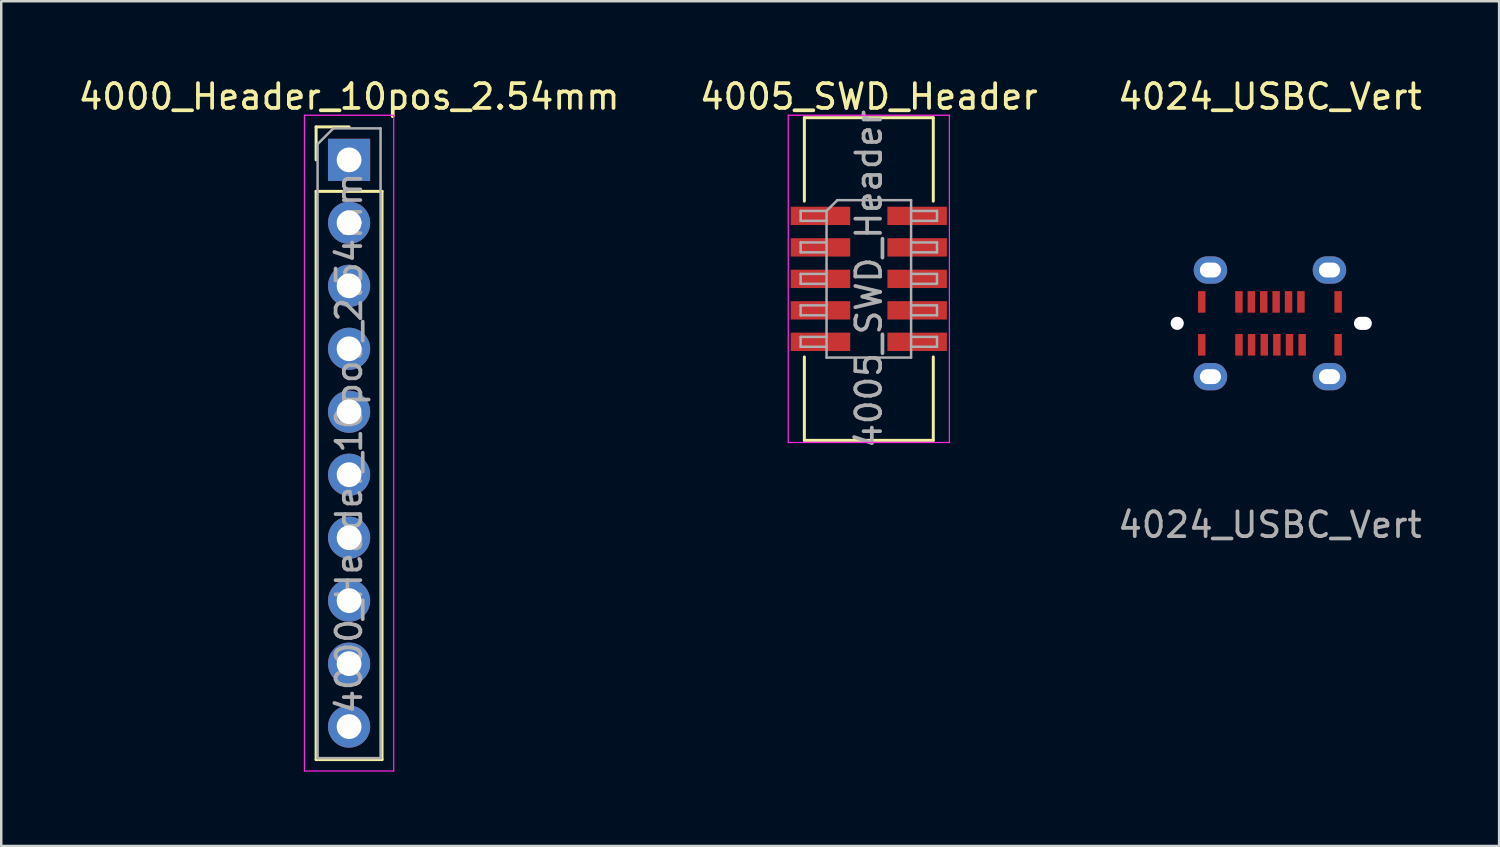
<source format=kicad_pcb>
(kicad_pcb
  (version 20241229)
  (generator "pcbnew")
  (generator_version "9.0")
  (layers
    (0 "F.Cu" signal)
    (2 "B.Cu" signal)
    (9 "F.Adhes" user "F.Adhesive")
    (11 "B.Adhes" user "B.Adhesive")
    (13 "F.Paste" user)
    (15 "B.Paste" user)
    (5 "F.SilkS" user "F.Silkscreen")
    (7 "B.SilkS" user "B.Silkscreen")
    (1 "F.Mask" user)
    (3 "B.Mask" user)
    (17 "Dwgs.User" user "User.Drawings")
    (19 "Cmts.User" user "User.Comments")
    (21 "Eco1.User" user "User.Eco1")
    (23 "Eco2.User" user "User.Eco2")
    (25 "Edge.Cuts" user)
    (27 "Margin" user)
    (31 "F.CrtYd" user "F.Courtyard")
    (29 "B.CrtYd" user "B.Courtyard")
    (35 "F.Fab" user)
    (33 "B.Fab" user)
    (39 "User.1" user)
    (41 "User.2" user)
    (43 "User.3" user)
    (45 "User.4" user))
  (footprint "4005_SWD_Header"
    (layer "F.Cu")
    (at 31.994 8.198)
    (property "Reference" "4005_SWD_Header" (at 0 -7.35 0) (unlocked yes) (layer "F.SilkS") (effects (font (size 1 1) (thickness 0.15))))
    (attr smd)
    (fp_line (start -2.6 -6.5) (end 2.6 -6.5) (stroke (width 0.12) (type solid)) (layer "F.SilkS"))
    (fp_line (start -2.6 -3.135) (end -2.6 -6.5) (stroke (width 0.12) (type solid)) (layer "F.SilkS"))
    (fp_line (start -2.6 3.15) (end -2.6 6.515) (stroke (width 0.12) (type solid)) (layer "F.SilkS"))
    (fp_line (start -2.6 6.515) (end 2.6 6.515) (stroke (width 0.12) (type solid)) (layer "F.SilkS"))
    (fp_line (start 2.6 -3.135) (end 2.6 -6.5) (stroke (width 0.12) (type solid)) (layer "F.SilkS"))
    (fp_line (start 2.6 3.15) (end 2.6 6.515) (stroke (width 0.12) (type solid)) (layer "F.SilkS"))
    (fp_line (start -3.25 -6.6) (end -3.25 6.6) (stroke (width 0.05) (type solid)) (layer "F.CrtYd"))
    (fp_line (start -3.25 6.6) (end 3.25 6.6) (stroke (width 0.05) (type solid)) (layer "F.CrtYd"))
    (fp_line (start 3.25 -6.6) (end -3.25 -6.6) (stroke (width 0.05) (type solid)) (layer "F.CrtYd"))
    (fp_line (start 3.25 6.6) (end 3.25 -6.6) (stroke (width 0.05) (type solid)) (layer "F.CrtYd"))
    (fp_line (start -2.75 -2.74) (end -2.75 -2.34) (stroke (width 0.1) (type solid)) (layer "F.Fab"))
    (fp_line (start -2.75 -2.34) (end -1.705 -2.34) (stroke (width 0.1) (type solid)) (layer "F.Fab"))
    (fp_line (start -2.75 -1.47) (end -2.75 -1.07) (stroke (width 0.1) (type solid)) (layer "F.Fab"))
    (fp_line (start -2.75 -1.07) (end -1.705 -1.07) (stroke (width 0.1) (type solid)) (layer "F.Fab"))
    (fp_line (start -2.75 -0.2) (end -2.75 0.2) (stroke (width 0.1) (type solid)) (layer "F.Fab"))
    (fp_line (start -2.75 0.2) (end -1.705 0.2) (stroke (width 0.1) (type solid)) (layer "F.Fab"))
    (fp_line (start -2.75 1.07) (end -2.75 1.47) (stroke (width 0.1) (type solid)) (layer "F.Fab"))
    (fp_line (start -2.75 1.47) (end -1.705 1.47) (stroke (width 0.1) (type solid)) (layer "F.Fab"))
    (fp_line (start -2.75 2.34) (end -2.75 2.74) (stroke (width 0.1) (type solid)) (layer "F.Fab"))
    (fp_line (start -2.75 2.74) (end -1.705 2.74) (stroke (width 0.1) (type solid)) (layer "F.Fab"))
    (fp_line (start -1.705 -2.74) (end -2.75 -2.74) (stroke (width 0.1) (type solid)) (layer "F.Fab"))
    (fp_line (start -1.705 -2.74) (end -1.27 -3.175) (stroke (width 0.1) (type solid)) (layer "F.Fab"))
    (fp_line (start -1.705 -1.47) (end -2.75 -1.47) (stroke (width 0.1) (type solid)) (layer "F.Fab"))
    (fp_line (start -1.705 -0.2) (end -2.75 -0.2) (stroke (width 0.1) (type solid)) (layer "F.Fab"))
    (fp_line (start -1.705 1.07) (end -2.75 1.07) (stroke (width 0.1) (type solid)) (layer "F.Fab"))
    (fp_line (start -1.705 2.34) (end -2.75 2.34) (stroke (width 0.1) (type solid)) (layer "F.Fab"))
    (fp_line (start -1.705 3.175) (end -1.705 -2.74) (stroke (width 0.1) (type solid)) (layer "F.Fab"))
    (fp_line (start -1.27 -3.175) (end 1.705 -3.175) (stroke (width 0.1) (type solid)) (layer "F.Fab"))
    (fp_line (start 1.705 -3.175) (end 1.705 3.175) (stroke (width 0.1) (type solid)) (layer "F.Fab"))
    (fp_line (start 1.705 -2.74) (end 2.75 -2.74) (stroke (width 0.1) (type solid)) (layer "F.Fab"))
    (fp_line (start 1.705 -1.47) (end 2.75 -1.47) (stroke (width 0.1) (type solid)) (layer "F.Fab"))
    (fp_line (start 1.705 -0.2) (end 2.75 -0.2) (stroke (width 0.1) (type solid)) (layer "F.Fab"))
    (fp_line (start 1.705 1.07) (end 2.75 1.07) (stroke (width 0.1) (type solid)) (layer "F.Fab"))
    (fp_line (start 1.705 2.34) (end 2.75 2.34) (stroke (width 0.1) (type solid)) (layer "F.Fab"))
    (fp_line (start 1.705 3.175) (end -1.705 3.175) (stroke (width 0.1) (type solid)) (layer "F.Fab"))
    (fp_line (start 2.75 -2.74) (end 2.75 -2.34) (stroke (width 0.1) (type solid)) (layer "F.Fab"))
    (fp_line (start 2.75 -2.34) (end 1.705 -2.34) (stroke (width 0.1) (type solid)) (layer "F.Fab"))
    (fp_line (start 2.75 -1.47) (end 2.75 -1.07) (stroke (width 0.1) (type solid)) (layer "F.Fab"))
    (fp_line (start 2.75 -1.07) (end 1.705 -1.07) (stroke (width 0.1) (type solid)) (layer "F.Fab"))
    (fp_line (start 2.75 -0.2) (end 2.75 0.2) (stroke (width 0.1) (type solid)) (layer "F.Fab"))
    (fp_line (start 2.75 0.2) (end 1.705 0.2) (stroke (width 0.1) (type solid)) (layer "F.Fab"))
    (fp_line (start 2.75 1.07) (end 2.75 1.47) (stroke (width 0.1) (type solid)) (layer "F.Fab"))
    (fp_line (start 2.75 1.47) (end 1.705 1.47) (stroke (width 0.1) (type solid)) (layer "F.Fab"))
    (fp_line (start 2.75 2.34) (end 2.75 2.74) (stroke (width 0.1) (type solid)) (layer "F.Fab"))
    (fp_line (start 2.75 2.74) (end 1.705 2.74) (stroke (width 0.1) (type solid)) (layer "F.Fab"))
    (fp_text user "${REFERENCE}" (at 0 0 90) (layer "F.Fab") (effects (font (size 1 1) (thickness 0.15))))
    (pad "1" smd rect (at -1.95 -2.54) (size 2.4 0.74) (layers "F.Cu" "F.Mask" "F.Paste"))
    (pad "2" smd rect (at 1.95 -2.54) (size 2.4 0.74) (layers "F.Cu" "F.Mask" "F.Paste"))
    (pad "3" smd rect (at -1.95 -1.27) (size 2.4 0.74) (layers "F.Cu" "F.Mask" "F.Paste"))
    (pad "4" smd rect (at 1.95 -1.27) (size 2.4 0.74) (layers "F.Cu" "F.Mask" "F.Paste"))
    (pad "5" smd rect (at -1.95 0) (size 2.4 0.74) (layers "F.Cu" "F.Mask" "F.Paste"))
    (pad "6" smd rect (at 1.95 0) (size 2.4 0.74) (layers "F.Cu" "F.Mask" "F.Paste"))
    (pad "7" smd rect (at -1.95 1.27) (size 2.4 0.74) (layers "F.Cu" "F.Mask" "F.Paste"))
    (pad "8" smd rect (at 1.95 1.27) (size 2.4 0.74) (layers "F.Cu" "F.Mask" "F.Paste"))
    (pad "9" smd rect (at -1.95 2.54) (size 2.4 0.74) (layers "F.Cu" "F.Mask" "F.Paste"))
    (pad "10" smd rect (at 1.95 2.54) (size 2.4 0.74) (layers "F.Cu" "F.Mask" "F.Paste")))
  (footprint "4024_USBC_Vert"
    (layer "F.Cu")
    (at 48.173 9.992)
    (property "Reference" "4024_USBC_Vert" (at 0 -9.144 0) (unlocked yes) (layer "F.SilkS") (effects (font (size 1 1) (thickness 0.15))))
    (attr smd)
    (fp_text user "${REFERENCE}" (at 0 8.128 0) (unlocked yes) (layer "F.Fab") (effects (font (size 1 1) (thickness 0.15))))
    (pad "" np_thru_hole circle (at -3.74 0) (size 0.53 0.53) (drill 0.53) (layers "*.Cu" "*.Mask"))
    (pad "" np_thru_hole oval (at 3.75 0) (size 0.72 0.53) (drill oval 0.72 0.53) (layers "*.Cu" "*.Mask"))
    (pad "1" smd rect (at -2.75 -0.865) (size 0.3 0.87) (layers "F.Cu" "F.Mask" "F.Paste"))
    (pad "1" smd rect (at -2.75 0.865) (size 0.3 0.87) (layers "F.Cu" "F.Mask" "F.Paste"))
    (pad "1" smd rect (at -1.25 -0.865) (size 0.3 0.87) (layers "F.Cu" "F.Mask" "F.Paste"))
    (pad "1" smd rect (at -1.25 0.865) (size 0.3 0.87) (layers "F.Cu" "F.Mask" "F.Paste"))
    (pad "1" smd rect (at -0.75 -0.865) (size 0.3 0.87) (layers "F.Cu" "F.Mask" "F.Paste"))
    (pad "1" smd rect (at -0.74 0.865) (size 0.3 0.87) (layers "F.Cu" "F.Mask" "F.Paste"))
    (pad "1" smd rect (at -0.25 -0.865) (size 0.3 0.87) (layers "F.Cu" "F.Mask" "F.Paste"))
    (pad "1" smd rect (at -0.23 0.865) (size 0.3 0.87) (layers "F.Cu" "F.Mask" "F.Paste"))
    (pad "1" smd rect (at 0.25 -0.865) (size 0.3 0.87) (layers "F.Cu" "F.Mask" "F.Paste"))
    (pad "1" smd rect (at 0.28 0.865) (size 0.3 0.87) (layers "F.Cu" "F.Mask" "F.Paste"))
    (pad "1" smd rect (at 0.75 -0.865) (size 0.3 0.87) (layers "F.Cu" "F.Mask" "F.Paste"))
    (pad "1" smd rect (at 0.79 0.865) (size 0.3 0.87) (layers "F.Cu" "F.Mask" "F.Paste"))
    (pad "1" smd rect (at 1.25 -0.865) (size 0.3 0.87) (layers "F.Cu" "F.Mask" "F.Paste"))
    (pad "1" smd rect (at 1.3 0.865) (size 0.3 0.87) (layers "F.Cu" "F.Mask" "F.Paste"))
    (pad "1" smd rect (at 2.75 -0.865) (size 0.3 0.87) (layers "F.Cu" "F.Mask" "F.Paste"))
    (pad "1" smd rect (at 2.75 0.865) (size 0.3 0.87) (layers "F.Cu" "F.Mask" "F.Paste"))
    (pad "2" thru_hole oval (at -2.4 -2.15) (size 1.35 1.1) (drill oval 0.85 0.6) (layers "*.Cu" "*.Mask"))
    (pad "2" thru_hole oval (at -2.4 2.15) (size 1.35 1.1) (drill oval 0.85 0.6) (layers "*.Cu" "*.Mask"))
    (pad "2" thru_hole oval (at 2.4 -2.15) (size 1.35 1.1) (drill oval 0.85 0.6) (layers "*.Cu" "*.Mask"))
    (pad "2" thru_hole oval (at 2.4 2.15) (size 1.35 1.1) (drill oval 0.85 0.6) (layers "*.Cu" "*.Mask")))
  (footprint "4000_Header_10pos_2.54mm"
    (layer "F.Cu")
    (at 11.03 3.398)
    (property "Reference" "4000_Header_10pos_2.54mm" (at 0 -2.55 0) (layer "F.SilkS") (effects (font (size 1 1) (thickness 0.15))))
    (attr through_hole)
    (fp_line (start -1.33 -1.33) (end 0 -1.33) (stroke (width 0.12) (type solid)) (layer "F.SilkS"))
    (fp_line (start -1.33 0) (end -1.33 -1.33) (stroke (width 0.12) (type solid)) (layer "F.SilkS"))
    (fp_line (start -1.33 1.27) (end -1.33 24.19) (stroke (width 0.12) (type solid)) (layer "F.SilkS"))
    (fp_line (start -1.33 1.27) (end 1.33 1.27) (stroke (width 0.12) (type solid)) (layer "F.SilkS"))
    (fp_line (start -1.33 24.19) (end 1.33 24.19) (stroke (width 0.12) (type solid)) (layer "F.SilkS"))
    (fp_line (start 1.33 1.27) (end 1.33 24.19) (stroke (width 0.12) (type solid)) (layer "F.SilkS"))
    (fp_line (start -1.8 -1.8) (end -1.8 24.65) (stroke (width 0.05) (type solid)) (layer "F.CrtYd"))
    (fp_line (start -1.8 24.65) (end 1.8 24.65) (stroke (width 0.05) (type solid)) (layer "F.CrtYd"))
    (fp_line (start 1.8 -1.8) (end -1.8 -1.8) (stroke (width 0.05) (type solid)) (layer "F.CrtYd"))
    (fp_line (start 1.8 24.65) (end 1.8 -1.8) (stroke (width 0.05) (type solid)) (layer "F.CrtYd"))
    (fp_line (start -1.27 -0.635) (end -0.635 -1.27) (stroke (width 0.1) (type solid)) (layer "F.Fab"))
    (fp_line (start -1.27 24.13) (end -1.27 -0.635) (stroke (width 0.1) (type solid)) (layer "F.Fab"))
    (fp_line (start -0.635 -1.27) (end 1.27 -1.27) (stroke (width 0.1) (type solid)) (layer "F.Fab"))
    (fp_line (start 1.27 -1.27) (end 1.27 24.13) (stroke (width 0.1) (type solid)) (layer "F.Fab"))
    (fp_line (start 1.27 24.13) (end -1.27 24.13) (stroke (width 0.1) (type solid)) (layer "F.Fab"))
    (fp_text user "${REFERENCE}" (at 0 11.43 90) (layer "F.Fab") (effects (font (size 1 1) (thickness 0.15))))
    (pad "1" thru_hole rect (at 0 0) (size 1.7 1.7) (drill 1) (layers "*.Cu" "*.Mask"))
    (pad "2" thru_hole oval (at 0 2.54) (size 1.7 1.7) (drill 1) (layers "*.Cu" "*.Mask"))
    (pad "3" thru_hole oval (at 0 5.08) (size 1.7 1.7) (drill 1) (layers "*.Cu" "*.Mask"))
    (pad "4" thru_hole oval (at 0 7.62) (size 1.7 1.7) (drill 1) (layers "*.Cu" "*.Mask"))
    (pad "5" thru_hole oval (at 0 10.16) (size 1.7 1.7) (drill 1) (layers "*.Cu" "*.Mask"))
    (pad "6" thru_hole oval (at 0 12.7) (size 1.7 1.7) (drill 1) (layers "*.Cu" "*.Mask"))
    (pad "7" thru_hole oval (at 0 15.24) (size 1.7 1.7) (drill 1) (layers "*.Cu" "*.Mask"))
    (pad "8" thru_hole oval (at 0 17.78) (size 1.7 1.7) (drill 1) (layers "*.Cu" "*.Mask"))
    (pad "9" thru_hole oval (at 0 20.32) (size 1.7 1.7) (drill 1) (layers "*.Cu" "*.Mask"))
    (pad "10" thru_hole oval (at 0 22.86) (size 1.7 1.7) (drill 1) (layers "*.Cu" "*.Mask")))
  (gr_rect
    (start -3 -3)
    (end 57.417 31.073)
    (stroke (width 0.1) (type default))
    (fill no)
    (layer "Edge.Cuts")))
</source>
